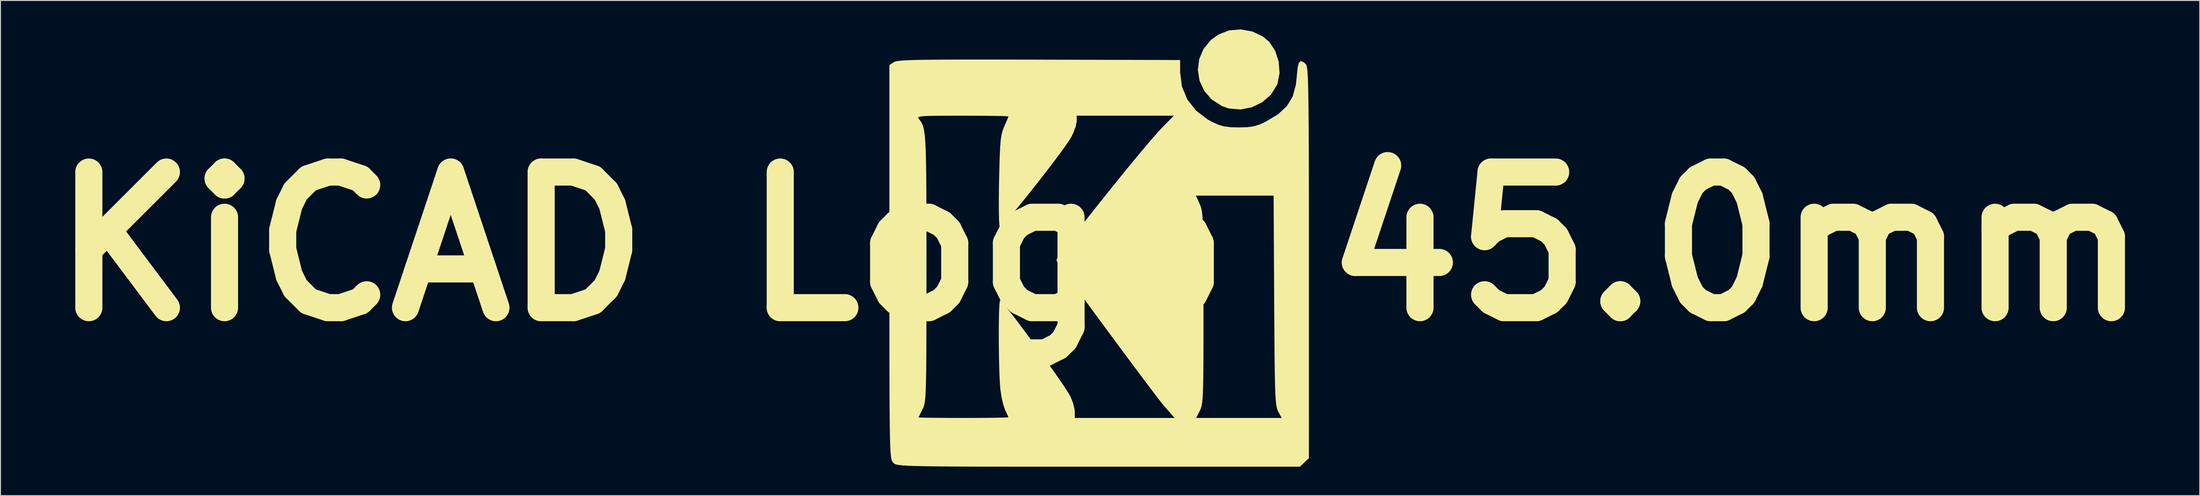
<source format=kicad_pcb>
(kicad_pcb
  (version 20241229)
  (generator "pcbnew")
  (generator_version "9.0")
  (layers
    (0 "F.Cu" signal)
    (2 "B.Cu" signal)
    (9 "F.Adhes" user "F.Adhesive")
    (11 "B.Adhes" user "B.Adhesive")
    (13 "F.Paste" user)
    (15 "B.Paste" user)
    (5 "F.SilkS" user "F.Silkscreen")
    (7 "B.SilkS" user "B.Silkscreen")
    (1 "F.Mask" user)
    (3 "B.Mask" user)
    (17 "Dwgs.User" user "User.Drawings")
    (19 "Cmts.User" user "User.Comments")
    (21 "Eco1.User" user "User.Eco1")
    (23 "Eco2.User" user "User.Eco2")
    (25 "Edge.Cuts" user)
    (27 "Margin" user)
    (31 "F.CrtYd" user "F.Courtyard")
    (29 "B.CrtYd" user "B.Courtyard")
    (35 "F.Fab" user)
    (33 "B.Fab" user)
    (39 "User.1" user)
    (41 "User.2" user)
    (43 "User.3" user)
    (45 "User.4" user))
  (footprint "KiCAD Logo 45.0mm"
    (layer "F.Cu")
    (at 110.919 22.486)
    (property "Reference" "KiCAD Logo 45.0mm" (at 0 0 180) (layer "F.SilkS") (effects (font (size 14.058 14.058) (thickness 2.808))))
    (attr board_only exclude_from_pos_files exclude_from_bom)
    (fp_poly (pts (xy 15.776 -22.269) (xy 16.866 -21.749) (xy 17.526 -21.191) (xy 18.14 -20.264) (xy 18.502 -19.141) (xy 18.589 -17.96) (xy 18.377 -16.859) (xy 18.322 -16.721) (xy 17.69 -15.712) (xy 16.789 -14.932) (xy 15.707 -14.412) (xy 14.529 -14.187) (xy 13.342 -14.289) (xy 12.634 -14.533) (xy 11.557 -15.226) (xy 10.778 -16.126) (xy 10.301 -17.166) (xy 10.128 -18.279) (xy 10.263 -19.398) (xy 10.71 -20.455) (xy 11.472 -21.385) (xy 12.245 -21.952) (xy 13.36 -22.385) (xy 14.572 -22.486)) (stroke (width 0) (type solid)) (fill yes) (layer "F.SilkS"))
    (fp_poly (pts (xy -10.578 -19.363) (xy -7.975 -19.358) (xy -6.311 -19.353) (xy 8.288 -19.313) (xy 8.288 -18.039) (xy 8.478 -16.556) (xy 9.034 -15.225) (xy 9.935 -14.075) (xy 11.161 -13.14) (xy 11.567 -12.918) (xy 12.245 -12.605) (xy 12.85 -12.427) (xy 13.547 -12.347) (xy 14.352 -12.331) (xy 15.263 -12.353) (xy 15.939 -12.445) (xy 16.548 -12.64) (xy 17.162 -12.927) (xy 18.434 -13.688) (xy 19.347 -14.535) (xy 19.948 -15.536) (xy 20.283 -16.759) (xy 20.376 -17.637) (xy 20.458 -18.525) (xy 20.592 -19.039) (xy 20.799 -19.212) (xy 21.105 -19.073) (xy 21.312 -18.886) (xy 21.364 -18.803) (xy 21.41 -18.65) (xy 21.451 -18.404) (xy 21.486 -18.041) (xy 21.517 -17.539) (xy 21.543 -16.873) (xy 21.564 -16.022) (xy 21.582 -14.961) (xy 21.596 -13.668) (xy 21.608 -12.12) (xy 21.616 -10.292) (xy 21.622 -8.163) (xy 21.626 -5.708) (xy 21.628 -2.905) (xy 21.629 0.269) (xy 21.629 1.697) (xy 21.629 21.963) (xy 21.161 22.403) (xy 20.694 22.842) (xy -0.165 22.842) (xy -3.524 22.842) (xy -6.502 22.841) (xy -9.123 22.84) (xy -11.41 22.837) (xy -13.386 22.832) (xy -15.075 22.824) (xy -16.5 22.814) (xy -17.685 22.801) (xy -18.653 22.784) (xy -19.428 22.763) (xy -20.033 22.737) (xy -20.491 22.706) (xy -20.826 22.67) (xy -21.061 22.628) (xy -21.22 22.58) (xy -21.326 22.525) (xy -21.402 22.462) (xy -21.427 22.438) (xy -21.493 22.366) (xy -21.551 22.272) (xy -21.602 22.134) (xy -21.647 21.927) (xy -21.685 21.627) (xy -21.718 21.212) (xy -21.745 20.658) (xy -21.768 19.939) (xy -21.786 19.034) (xy -21.8 17.919) (xy -21.811 16.568) (xy -21.819 14.96) (xy -21.825 13.07) (xy -21.829 10.875) (xy -21.83 8.35) (xy -21.831 5.473) (xy -21.831 2.219) (xy -21.831 1.622) (xy -21.831 -13.3) (xy -18.842 -13.3) (xy -18.769 -13.19) (xy -18.62 -13.004) (xy -18.491 -12.809) (xy -18.382 -12.575) (xy -18.289 -12.273) (xy -18.213 -11.873) (xy -18.151 -11.346) (xy -18.101 -10.663) (xy -18.063 -9.793) (xy -18.035 -8.709) (xy -18.015 -7.379) (xy -18.003 -5.776) (xy -17.995 -3.869) (xy -17.992 -1.629) (xy -17.991 0.974) (xy -17.991 2.19) (xy -17.991 4.9) (xy -17.993 7.235) (xy -17.996 9.225) (xy -18.002 10.901) (xy -18.012 12.291) (xy -18.027 13.426) (xy -18.046 14.335) (xy -18.072 15.049) (xy -18.105 15.597) (xy -18.145 16.009) (xy -18.194 16.314) (xy -18.253 16.543) (xy -18.321 16.725) (xy -18.395 16.879) (xy -18.64 17.371) (xy -18.784 17.683) (xy -18.799 17.73) (xy -18.607 17.747) (xy -18.066 17.762) (xy -17.234 17.774) (xy -16.167 17.783) (xy -14.921 17.788) (xy -14.15 17.789) (xy -12.828 17.786) (xy -11.652 17.778) (xy -10.678 17.765) (xy -9.964 17.749) (xy -9.565 17.73) (xy -9.501 17.719) (xy -9.582 17.51) (xy -9.782 17.086) (xy -9.83 16.989) (xy -10.022 16.447) (xy -10.203 15.674) (xy -10.326 14.886) (xy -10.382 14.217) (xy -10.427 13.307) (xy -10.462 12.225) (xy -10.485 11.04) (xy -10.497 9.822) (xy -10.498 8.638) (xy -10.487 7.558) (xy -10.464 6.65) (xy -10.428 5.984) (xy -10.38 5.629) (xy -10.36 5.59) (xy -10.205 5.72) (xy -9.853 6.133) (xy -9.34 6.781) (xy -8.7 7.615) (xy -7.969 8.589) (xy -7.182 9.653) (xy -6.374 10.759) (xy -5.58 11.86) (xy -4.836 12.908) (xy -4.176 13.854) (xy -3.636 14.65) (xy -3.252 15.248) (xy -3.088 15.533) (xy -2.811 16.218) (xy -2.647 16.887) (xy -2.628 17.115) (xy -2.628 17.789) (xy 2.544 17.789) (xy 7.716 17.789) (xy 6.61 16.525) (xy 6.324 16.173) (xy 5.833 15.537) (xy 5.169 14.662) (xy 4.364 13.591) (xy 3.45 12.368) (xy 2.46 11.037) (xy 1.426 9.642) (xy 0.381 8.227) (xy -0.644 6.834) (xy -1.616 5.508) (xy -2.502 4.294) (xy -3.271 3.233) (xy -3.889 2.371) (xy -4.326 1.751) (xy -4.53 1.444) (xy -4.439 1.243) (xy -4.12 0.769) (xy -3.606 0.063) (xy -2.927 -0.838) (xy -2.115 -1.894) (xy -1.201 -3.066) (xy -0.215 -4.314) (xy 0.536 -5.256) (xy 9.925 -5.256) (xy 10.315 -4.397) (xy 10.404 -4.182) (xy 10.478 -3.94) (xy 10.54 -3.635) (xy 10.589 -3.231) (xy 10.627 -2.691) (xy 10.656 -1.978) (xy 10.677 -1.058) (xy 10.692 0.108) (xy 10.701 1.554) (xy 10.706 3.318) (xy 10.709 5.436) (xy 10.709 6.375) (xy 10.709 8.642) (xy 10.707 10.54) (xy 10.701 12.106) (xy 10.69 13.375) (xy 10.673 14.384) (xy 10.648 15.167) (xy 10.614 15.762) (xy 10.57 16.204) (xy 10.515 16.529) (xy 10.447 16.772) (xy 10.365 16.97) (xy 10.331 17.038) (xy 9.949 17.789) (xy 14.379 17.789) (xy 18.81 17.789) (xy 18.451 17.132) (xy 18.372 16.962) (xy 18.305 16.742) (xy 18.249 16.439) (xy 18.202 16.019) (xy 18.164 15.449) (xy 18.132 14.695) (xy 18.107 13.723) (xy 18.087 12.499) (xy 18.069 10.991) (xy 18.055 9.165) (xy 18.041 6.986) (xy 18.033 5.609) (xy 17.974 -5.256) (xy 13.95 -5.256) (xy 9.925 -5.256) (xy 0.536 -5.256) (xy 0.811 -5.601) (xy 1.846 -6.886) (xy 2.859 -8.131) (xy 3.819 -9.297) (xy 4.694 -10.344) (xy 5.454 -11.234) (xy 6.068 -11.927) (xy 6.394 -12.275) (xy 7.634 -13.544) (xy 2.604 -13.544) (xy -2.426 -13.544) (xy -2.426 -12.96) (xy -2.521 -12.457) (xy -2.766 -11.788) (xy -2.982 -11.34) (xy -3.262 -10.888) (xy -3.728 -10.219) (xy -4.343 -9.379) (xy -5.068 -8.416) (xy -5.866 -7.377) (xy -6.7 -6.311) (xy -7.532 -5.264) (xy -8.324 -4.284) (xy -9.039 -3.419) (xy -9.639 -2.716) (xy -10.087 -2.222) (xy -10.346 -1.985) (xy -10.388 -1.973) (xy -10.436 -2.199) (xy -10.471 -2.775) (xy -10.49 -3.647) (xy -10.494 -4.762) (xy -10.481 -6.064) (xy -10.468 -6.756) (xy -10.432 -8.281) (xy -10.395 -9.461) (xy -10.351 -10.356) (xy -10.294 -11.026) (xy -10.218 -11.531) (xy -10.119 -11.93) (xy -9.99 -12.284) (xy -9.934 -12.413) (xy -9.691 -12.975) (xy -9.534 -13.364) (xy -9.501 -13.468) (xy -9.694 -13.489) (xy -10.235 -13.508) (xy -11.07 -13.524) (xy -12.141 -13.536) (xy -13.395 -13.542) (xy -14.282 -13.544) (xy -15.79 -13.542) (xy -16.938 -13.535) (xy -17.771 -13.52) (xy -18.333 -13.492) (xy -18.669 -13.449) (xy -18.824 -13.386) (xy -18.842 -13.3) (xy -21.831 -13.3) (xy -21.831 -18.79) (xy -21.371 -19.092) (xy -21.24 -19.15) (xy -21.022 -19.2) (xy -20.688 -19.243) (xy -20.211 -19.278) (xy -19.564 -19.306) (xy -18.719 -19.329) (xy -17.65 -19.345) (xy -16.328 -19.356) (xy -14.727 -19.363) (xy -12.82 -19.365)) (stroke (width 0) (type solid)) (fill yes) (layer "F.SilkS")))
  (gr_rect
    (start -3 -3)
    (end 224.838 48.328)
    (stroke (width 0.1) (type default))
    (fill no)
    (layer "Edge.Cuts")))
</source>
